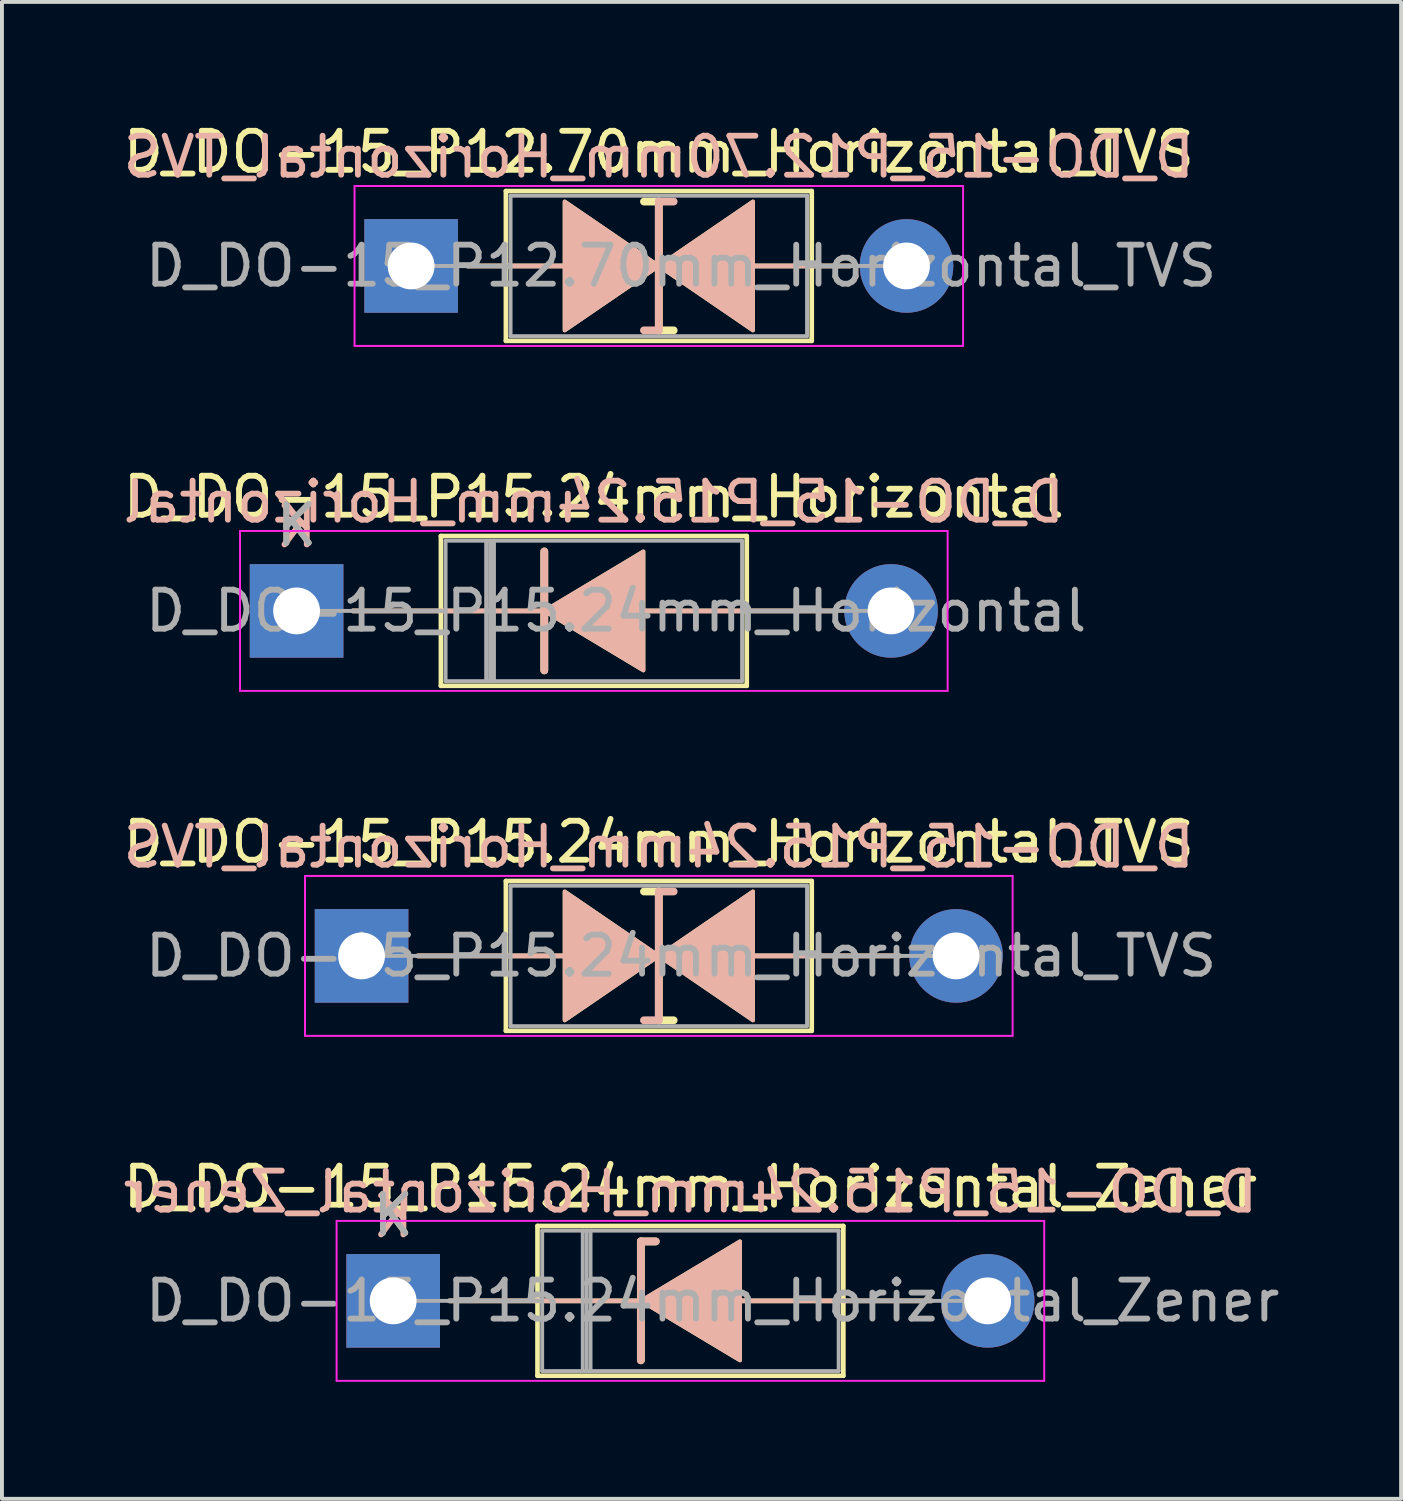
<source format=kicad_pcb>
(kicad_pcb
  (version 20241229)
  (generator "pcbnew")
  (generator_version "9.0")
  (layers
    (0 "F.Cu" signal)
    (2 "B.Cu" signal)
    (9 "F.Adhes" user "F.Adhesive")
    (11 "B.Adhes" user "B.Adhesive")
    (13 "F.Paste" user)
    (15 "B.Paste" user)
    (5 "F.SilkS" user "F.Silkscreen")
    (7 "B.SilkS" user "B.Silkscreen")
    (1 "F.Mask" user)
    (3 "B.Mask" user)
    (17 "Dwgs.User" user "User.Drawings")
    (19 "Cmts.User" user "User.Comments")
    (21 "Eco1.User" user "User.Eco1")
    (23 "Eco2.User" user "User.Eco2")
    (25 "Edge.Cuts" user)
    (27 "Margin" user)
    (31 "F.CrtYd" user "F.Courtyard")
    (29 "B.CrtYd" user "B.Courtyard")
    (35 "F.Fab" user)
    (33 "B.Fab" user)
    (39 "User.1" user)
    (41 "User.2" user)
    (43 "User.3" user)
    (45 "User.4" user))
  (footprint "D_DO-15_P15.24mm_Horizontal"
    (layer "F.Cu")
    (at 4.553 12.611)
    (property "Reference" "D_DO-15_P15.24mm_Horizontal" (at 7.62 -2.92 0) (layer "F.SilkS") (effects (font (size 1 1) (thickness 0.15))))
    (fp_line (start 1.44 0) (end 3.7 0) (stroke (width 0.12) (type solid)) (layer "F.SilkS"))
    (fp_line (start 3.7 -1.92) (end 3.7 1.92) (stroke (width 0.12) (type solid)) (layer "F.SilkS"))
    (fp_line (start 3.7 1.92) (end 11.54 1.92) (stroke (width 0.12) (type solid)) (layer "F.SilkS"))
    (fp_line (start 6.35 -1.524) (end 6.35 1.524) (stroke (width 0.2) (type solid)) (layer "F.SilkS"))
    (fp_line (start 6.35 0) (end 3.683 0) (stroke (width 0.12) (type solid)) (layer "F.SilkS"))
    (fp_line (start 11.54 -1.92) (end 3.7 -1.92) (stroke (width 0.12) (type solid)) (layer "F.SilkS"))
    (fp_line (start 11.54 0) (end 8.89 0) (stroke (width 0.12) (type solid)) (layer "F.SilkS"))
    (fp_line (start 11.54 1.92) (end 11.54 -1.92) (stroke (width 0.12) (type solid)) (layer "F.SilkS"))
    (fp_line (start 13.8 0) (end 11.54 0) (stroke (width 0.12) (type solid)) (layer "F.SilkS"))
    (fp_poly (pts (xy 8.89 1.524) (xy 6.35 0) (xy 8.89 -1.524)) (stroke (width 0.1) (type solid)) (fill yes) (layer "F.SilkS"))
    (fp_line (start 1.44 0) (end 3.7 0) (stroke (width 0.12) (type solid)) (layer "B.SilkS"))
    (fp_line (start 6.35 0) (end 3.683 0) (stroke (width 0.12) (type solid)) (layer "B.SilkS"))
    (fp_line (start 6.35 1.524) (end 6.35 -1.524) (stroke (width 0.2) (type solid)) (layer "B.SilkS"))
    (fp_line (start 11.54 0) (end 8.89 0) (stroke (width 0.12) (type solid)) (layer "B.SilkS"))
    (fp_line (start 13.8 0) (end 11.54 0) (stroke (width 0.12) (type solid)) (layer "B.SilkS"))
    (fp_poly (pts (xy 8.89 -1.524) (xy 6.35 0) (xy 8.89 1.524)) (stroke (width 0.1) (type solid)) (fill yes) (layer "B.SilkS"))
    (fp_line (start -1.45 -2.05) (end -1.45 2.05) (stroke (width 0.05) (type solid)) (layer "F.CrtYd"))
    (fp_line (start -1.45 2.05) (end 16.69 2.05) (stroke (width 0.05) (type solid)) (layer "F.CrtYd"))
    (fp_line (start 16.69 -2.05) (end -1.45 -2.05) (stroke (width 0.05) (type solid)) (layer "F.CrtYd"))
    (fp_line (start 16.69 2.05) (end 16.69 -2.05) (stroke (width 0.05) (type solid)) (layer "F.CrtYd"))
    (fp_line (start 0 0) (end 3.82 0) (stroke (width 0.1) (type solid)) (layer "F.Fab"))
    (fp_line (start 3.82 -1.8) (end 3.82 1.8) (stroke (width 0.1) (type solid)) (layer "F.Fab"))
    (fp_line (start 3.82 1.8) (end 11.42 1.8) (stroke (width 0.1) (type solid)) (layer "F.Fab"))
    (fp_line (start 4.86 -1.8) (end 4.86 1.8) (stroke (width 0.1) (type solid)) (layer "F.Fab"))
    (fp_line (start 4.96 -1.8) (end 4.96 1.8) (stroke (width 0.1) (type solid)) (layer "F.Fab"))
    (fp_line (start 5.06 -1.8) (end 5.06 1.8) (stroke (width 0.1) (type solid)) (layer "F.Fab"))
    (fp_line (start 11.42 -1.8) (end 3.82 -1.8) (stroke (width 0.1) (type solid)) (layer "F.Fab"))
    (fp_line (start 11.42 1.8) (end 11.42 -1.8) (stroke (width 0.1) (type solid)) (layer "F.Fab"))
    (fp_line (start 15.24 0) (end 11.42 0) (stroke (width 0.1) (type solid)) (layer "F.Fab"))
    (fp_text user "K" (at 0 -2.2 0) (layer "F.SilkS") (effects (font (size 1 1) (thickness 0.15))))
    (fp_text user "${REFERENCE}" (at 7.62 -2.794 0) (layer "B.SilkS") (effects (font (size 1 1) (thickness 0.15)) (justify mirror)))
    (fp_text user "K" (at 0 -2.159 0) (layer "B.SilkS") (effects (font (size 1 1) (thickness 0.15)) (justify mirror)))
    (fp_text user "${REFERENCE}" (at 8.19 0 0) (layer "F.Fab") (effects (font (size 1 1) (thickness 0.15))))
    (fp_text user "K" (at 0 -2.2 0) (layer "F.Fab") (effects (font (size 1 1) (thickness 0.15))))
    (pad "1" thru_hole rect (at 0 0) (size 2.4 2.4) (drill 1.2) (layers "*.Cu" "*.Mask"))
    (pad "2" thru_hole oval (at 15.24 0) (size 2.4 2.4) (drill 1.2) (layers "*.Cu" "*.Mask")))
  (footprint "D_DO-15_P15.24mm_Horizontal_Zener"
    (layer "F.Cu")
    (at 7.029 30.298)
    (property "Reference" "D_DO-15_P15.24mm_Horizontal_Zener" (at 7.62 -2.92 0) (layer "F.SilkS") (effects (font (size 1 1) (thickness 0.15))))
    (fp_line (start 1.44 0) (end 3.7 0) (stroke (width 0.12) (type solid)) (layer "F.SilkS"))
    (fp_line (start 3.7 -1.92) (end 3.7 1.92) (stroke (width 0.12) (type solid)) (layer "F.SilkS"))
    (fp_line (start 3.7 1.92) (end 11.54 1.92) (stroke (width 0.12) (type solid)) (layer "F.SilkS"))
    (fp_line (start 6.35 -1.524) (end 6.35 1.524) (stroke (width 0.2) (type solid)) (layer "F.SilkS"))
    (fp_line (start 6.35 -1.524) (end 6.731 -1.524) (stroke (width 0.2) (type solid)) (layer "F.SilkS"))
    (fp_line (start 6.35 0) (end 3.683 0) (stroke (width 0.12) (type solid)) (layer "F.SilkS"))
    (fp_line (start 11.54 -1.92) (end 3.7 -1.92) (stroke (width 0.12) (type solid)) (layer "F.SilkS"))
    (fp_line (start 11.54 0) (end 8.89 0) (stroke (width 0.12) (type solid)) (layer "F.SilkS"))
    (fp_line (start 11.54 1.92) (end 11.54 -1.92) (stroke (width 0.12) (type solid)) (layer "F.SilkS"))
    (fp_line (start 13.8 0) (end 11.54 0) (stroke (width 0.12) (type solid)) (layer "F.SilkS"))
    (fp_poly (pts (xy 8.89 1.524) (xy 6.35 0) (xy 8.89 -1.524)) (stroke (width 0.1) (type solid)) (fill yes) (layer "F.SilkS"))
    (fp_line (start 1.44 0) (end 3.7 0) (stroke (width 0.12) (type solid)) (layer "B.SilkS"))
    (fp_line (start 6.35 -1.524) (end 6.731 -1.524) (stroke (width 0.2) (type solid)) (layer "B.SilkS"))
    (fp_line (start 6.35 0) (end 3.683 0) (stroke (width 0.12) (type solid)) (layer "B.SilkS"))
    (fp_line (start 6.35 1.524) (end 6.35 -1.524) (stroke (width 0.2) (type solid)) (layer "B.SilkS"))
    (fp_line (start 11.54 0) (end 8.89 0) (stroke (width 0.12) (type solid)) (layer "B.SilkS"))
    (fp_line (start 13.8 0) (end 11.54 0) (stroke (width 0.12) (type solid)) (layer "B.SilkS"))
    (fp_poly (pts (xy 8.89 -1.524) (xy 6.35 0) (xy 8.89 1.524)) (stroke (width 0.1) (type solid)) (fill yes) (layer "B.SilkS"))
    (fp_line (start -1.45 -2.05) (end -1.45 2.05) (stroke (width 0.05) (type solid)) (layer "F.CrtYd"))
    (fp_line (start -1.45 2.05) (end 16.69 2.05) (stroke (width 0.05) (type solid)) (layer "F.CrtYd"))
    (fp_line (start 16.69 -2.05) (end -1.45 -2.05) (stroke (width 0.05) (type solid)) (layer "F.CrtYd"))
    (fp_line (start 16.69 2.05) (end 16.69 -2.05) (stroke (width 0.05) (type solid)) (layer "F.CrtYd"))
    (fp_line (start 0 0) (end 3.82 0) (stroke (width 0.1) (type solid)) (layer "F.Fab"))
    (fp_line (start 3.82 -1.8) (end 3.82 1.8) (stroke (width 0.1) (type solid)) (layer "F.Fab"))
    (fp_line (start 3.82 1.8) (end 11.42 1.8) (stroke (width 0.1) (type solid)) (layer "F.Fab"))
    (fp_line (start 4.86 -1.8) (end 4.86 1.8) (stroke (width 0.1) (type solid)) (layer "F.Fab"))
    (fp_line (start 4.96 -1.8) (end 4.96 1.8) (stroke (width 0.1) (type solid)) (layer "F.Fab"))
    (fp_line (start 5.06 -1.8) (end 5.06 1.8) (stroke (width 0.1) (type solid)) (layer "F.Fab"))
    (fp_line (start 11.42 -1.8) (end 3.82 -1.8) (stroke (width 0.1) (type solid)) (layer "F.Fab"))
    (fp_line (start 11.42 1.8) (end 11.42 -1.8) (stroke (width 0.1) (type solid)) (layer "F.Fab"))
    (fp_line (start 15.24 0) (end 11.42 0) (stroke (width 0.1) (type solid)) (layer "F.Fab"))
    (fp_text user "K" (at 0 -2.2 0) (layer "F.SilkS") (effects (font (size 1 1) (thickness 0.15))))
    (fp_text user "${REFERENCE}" (at 7.62 -2.794 0) (layer "B.SilkS") (effects (font (size 1 1) (thickness 0.15)) (justify mirror)))
    (fp_text user "K" (at 0 -2.159 0) (layer "B.SilkS") (effects (font (size 1 1) (thickness 0.15)) (justify mirror)))
    (fp_text user "${REFERENCE}" (at 8.19 0 0) (layer "F.Fab") (effects (font (size 1 1) (thickness 0.15))))
    (fp_text user "K" (at 0 -2.2 0) (layer "F.Fab") (effects (font (size 1 1) (thickness 0.15))))
    (pad "1" thru_hole rect (at 0 0) (size 2.4 2.4) (drill 1.2) (layers "*.Cu" "*.Mask"))
    (pad "2" thru_hole oval (at 15.24 0) (size 2.4 2.4) (drill 1.2) (layers "*.Cu" "*.Mask")))
  (footprint "D_DO-15_P15.24mm_Horizontal_TVS"
    (layer "F.Cu")
    (at 6.219 21.455)
    (property "Reference" "D_DO-15_P15.24mm_Horizontal_TVS" (at 7.62 -2.92 0) (layer "F.SilkS") (effects (font (size 1 1) (thickness 0.15))))
    (fp_line (start 1.44 0) (end 3.7 0) (stroke (width 0.12) (type solid)) (layer "F.SilkS"))
    (fp_line (start 3.683 0) (end 5.207 0) (stroke (width 0.12) (type solid)) (layer "F.SilkS"))
    (fp_line (start 3.7 -1.92) (end 3.7 1.92) (stroke (width 0.12) (type solid)) (layer "F.SilkS"))
    (fp_line (start 3.7 1.92) (end 11.54 1.92) (stroke (width 0.12) (type solid)) (layer "F.SilkS"))
    (fp_line (start 7.62 -1.651) (end 7.239 -1.651) (stroke (width 0.2) (type solid)) (layer "F.SilkS"))
    (fp_line (start 7.62 1.651) (end 7.62 -1.651) (stroke (width 0.2) (type solid)) (layer "F.SilkS"))
    (fp_line (start 8.001 1.651) (end 7.62 1.651) (stroke (width 0.2) (type solid)) (layer "F.SilkS"))
    (fp_line (start 11.54 -1.92) (end 3.7 -1.92) (stroke (width 0.12) (type solid)) (layer "F.SilkS"))
    (fp_line (start 11.54 1.92) (end 11.54 -1.92) (stroke (width 0.12) (type solid)) (layer "F.SilkS"))
    (fp_line (start 11.557 0) (end 10.033 0) (stroke (width 0.12) (type solid)) (layer "F.SilkS"))
    (fp_line (start 13.8 0) (end 11.54 0) (stroke (width 0.12) (type solid)) (layer "F.SilkS"))
    (fp_poly (pts (xy 7.62 0) (xy 5.207 1.651) (xy 5.207 -1.651)) (stroke (width 0.1) (type solid)) (fill yes) (layer "F.SilkS"))
    (fp_poly (pts (xy 7.62 0) (xy 10.033 -1.651) (xy 10.033 1.651)) (stroke (width 0.1) (type solid)) (fill yes) (layer "F.SilkS"))
    (fp_line (start 1.44 0) (end 3.7 0) (stroke (width 0.12) (type solid)) (layer "B.SilkS"))
    (fp_line (start 3.683 0) (end 5.207 0) (stroke (width 0.12) (type solid)) (layer "B.SilkS"))
    (fp_line (start 7.62 -1.651) (end 7.62 1.651) (stroke (width 0.2) (type solid)) (layer "B.SilkS"))
    (fp_line (start 7.62 1.651) (end 7.239 1.651) (stroke (width 0.2) (type solid)) (layer "B.SilkS"))
    (fp_line (start 8.001 -1.651) (end 7.62 -1.651) (stroke (width 0.2) (type solid)) (layer "B.SilkS"))
    (fp_line (start 11.557 0) (end 10.033 0) (stroke (width 0.12) (type solid)) (layer "B.SilkS"))
    (fp_line (start 13.8 0) (end 11.54 0) (stroke (width 0.12) (type solid)) (layer "B.SilkS"))
    (fp_poly (pts (xy 7.62 0) (xy 5.207 -1.651) (xy 5.207 1.651)) (stroke (width 0.1) (type solid)) (fill yes) (layer "B.SilkS"))
    (fp_poly (pts (xy 7.62 0) (xy 10.033 1.651) (xy 10.033 -1.651)) (stroke (width 0.1) (type solid)) (fill yes) (layer "B.SilkS"))
    (fp_line (start -1.45 -2.05) (end -1.45 2.05) (stroke (width 0.05) (type solid)) (layer "F.CrtYd"))
    (fp_line (start -1.45 2.05) (end 16.69 2.05) (stroke (width 0.05) (type solid)) (layer "F.CrtYd"))
    (fp_line (start 16.69 -2.05) (end -1.45 -2.05) (stroke (width 0.05) (type solid)) (layer "F.CrtYd"))
    (fp_line (start 16.69 2.05) (end 16.69 -2.05) (stroke (width 0.05) (type solid)) (layer "F.CrtYd"))
    (fp_line (start 0 0) (end 3.82 0) (stroke (width 0.1) (type solid)) (layer "F.Fab"))
    (fp_line (start 3.82 -1.8) (end 3.82 1.8) (stroke (width 0.1) (type solid)) (layer "F.Fab"))
    (fp_line (start 3.82 1.8) (end 11.42 1.8) (stroke (width 0.1) (type solid)) (layer "F.Fab"))
    (fp_line (start 11.42 -1.8) (end 3.82 -1.8) (stroke (width 0.1) (type solid)) (layer "F.Fab"))
    (fp_line (start 11.42 1.8) (end 11.42 -1.8) (stroke (width 0.1) (type solid)) (layer "F.Fab"))
    (fp_line (start 15.24 0) (end 11.42 0) (stroke (width 0.1) (type solid)) (layer "F.Fab"))
    (fp_text user "${REFERENCE}" (at 7.62 -2.794 0) (layer "B.SilkS") (effects (font (size 1 1) (thickness 0.15)) (justify mirror)))
    (fp_text user "${REFERENCE}" (at 8.19 0 0) (layer "F.Fab") (effects (font (size 1 1) (thickness 0.15))))
    (pad "1" thru_hole rect (at 0 0) (size 2.4 2.4) (drill 1.2) (layers "*.Cu" "*.Mask"))
    (pad "2" thru_hole oval (at 15.24 0) (size 2.4 2.4) (drill 1.2) (layers "*.Cu" "*.Mask")))
  (footprint "D_DO-15_P12.70mm_Horizontal_TVS"
    (layer "F.Cu")
    (at 7.489 3.768)
    (property "Reference" "D_DO-15_P12.70mm_Horizontal_TVS" (at 6.35 -2.92 0) (layer "F.SilkS") (effects (font (size 1 1) (thickness 0.15))))
    (fp_line (start 1.44 0) (end 2.43 0) (stroke (width 0.12) (type solid)) (layer "F.SilkS"))
    (fp_line (start 2.43 -1.92) (end 2.43 1.92) (stroke (width 0.12) (type solid)) (layer "F.SilkS"))
    (fp_line (start 2.43 0) (end 3.937 0) (stroke (width 0.12) (type solid)) (layer "F.SilkS"))
    (fp_line (start 2.43 1.92) (end 10.27 1.92) (stroke (width 0.12) (type solid)) (layer "F.SilkS"))
    (fp_line (start 6.35 -1.651) (end 5.969 -1.651) (stroke (width 0.2) (type solid)) (layer "F.SilkS"))
    (fp_line (start 6.35 1.651) (end 6.35 -1.651) (stroke (width 0.2) (type solid)) (layer "F.SilkS"))
    (fp_line (start 6.731 1.651) (end 6.35 1.651) (stroke (width 0.2) (type solid)) (layer "F.SilkS"))
    (fp_line (start 10.27 -1.92) (end 2.43 -1.92) (stroke (width 0.12) (type solid)) (layer "F.SilkS"))
    (fp_line (start 10.27 1.92) (end 10.27 -1.92) (stroke (width 0.12) (type solid)) (layer "F.SilkS"))
    (fp_line (start 10.287 0) (end 8.763 0) (stroke (width 0.12) (type solid)) (layer "F.SilkS"))
    (fp_line (start 11.26 0) (end 10.27 0) (stroke (width 0.12) (type solid)) (layer "F.SilkS"))
    (fp_poly (pts (xy 6.35 0) (xy 3.937 1.651) (xy 3.937 -1.651)) (stroke (width 0.1) (type solid)) (fill yes) (layer "F.SilkS"))
    (fp_poly (pts (xy 6.35 0) (xy 8.763 -1.651) (xy 8.763 1.651)) (stroke (width 0.1) (type solid)) (fill yes) (layer "F.SilkS"))
    (fp_line (start 1.44 0) (end 2.43 0) (stroke (width 0.12) (type solid)) (layer "B.SilkS"))
    (fp_line (start 2.43 0) (end 3.937 0) (stroke (width 0.12) (type solid)) (layer "B.SilkS"))
    (fp_line (start 6.35 -1.651) (end 6.35 1.651) (stroke (width 0.2) (type solid)) (layer "B.SilkS"))
    (fp_line (start 6.35 1.651) (end 5.969 1.651) (stroke (width 0.2) (type solid)) (layer "B.SilkS"))
    (fp_line (start 6.731 -1.651) (end 6.35 -1.651) (stroke (width 0.2) (type solid)) (layer "B.SilkS"))
    (fp_line (start 10.287 0) (end 8.763 0) (stroke (width 0.12) (type solid)) (layer "B.SilkS"))
    (fp_line (start 11.26 0) (end 10.27 0) (stroke (width 0.12) (type solid)) (layer "B.SilkS"))
    (fp_poly (pts (xy 6.35 0) (xy 3.937 -1.651) (xy 3.937 1.651)) (stroke (width 0.1) (type solid)) (fill yes) (layer "B.SilkS"))
    (fp_poly (pts (xy 6.35 0) (xy 8.763 1.651) (xy 8.763 -1.651)) (stroke (width 0.1) (type solid)) (fill yes) (layer "B.SilkS"))
    (fp_line (start -1.45 -2.05) (end -1.45 2.05) (stroke (width 0.05) (type solid)) (layer "F.CrtYd"))
    (fp_line (start -1.45 2.05) (end 14.15 2.05) (stroke (width 0.05) (type solid)) (layer "F.CrtYd"))
    (fp_line (start 14.15 -2.05) (end -1.45 -2.05) (stroke (width 0.05) (type solid)) (layer "F.CrtYd"))
    (fp_line (start 14.15 2.05) (end 14.15 -2.05) (stroke (width 0.05) (type solid)) (layer "F.CrtYd"))
    (fp_line (start 0 0) (end 2.55 0) (stroke (width 0.1) (type solid)) (layer "F.Fab"))
    (fp_line (start 2.55 -1.8) (end 2.55 1.8) (stroke (width 0.1) (type solid)) (layer "F.Fab"))
    (fp_line (start 2.55 1.8) (end 10.15 1.8) (stroke (width 0.1) (type solid)) (layer "F.Fab"))
    (fp_line (start 10.15 -1.8) (end 2.55 -1.8) (stroke (width 0.1) (type solid)) (layer "F.Fab"))
    (fp_line (start 10.15 1.8) (end 10.15 -1.8) (stroke (width 0.1) (type solid)) (layer "F.Fab"))
    (fp_line (start 12.7 0) (end 10.15 0) (stroke (width 0.1) (type solid)) (layer "F.Fab"))
    (fp_text user "${REFERENCE}" (at 6.35 -2.794 0) (layer "B.SilkS") (effects (font (size 1 1) (thickness 0.15)) (justify mirror)))
    (fp_text user "${REFERENCE}" (at 6.92 0 0) (layer "F.Fab") (effects (font (size 1 1) (thickness 0.15))))
    (pad "1" thru_hole rect (at 0 0) (size 2.4 2.4) (drill 1.2) (layers "*.Cu" "*.Mask"))
    (pad "2" thru_hole oval (at 12.7 0) (size 2.4 2.4) (drill 1.2) (layers "*.Cu" "*.Mask")))
  (gr_rect
    (start -3 -3)
    (end 32.868 35.373)
    (stroke (width 0.1) (type default))
    (fill no)
    (layer "Edge.Cuts")))
</source>
